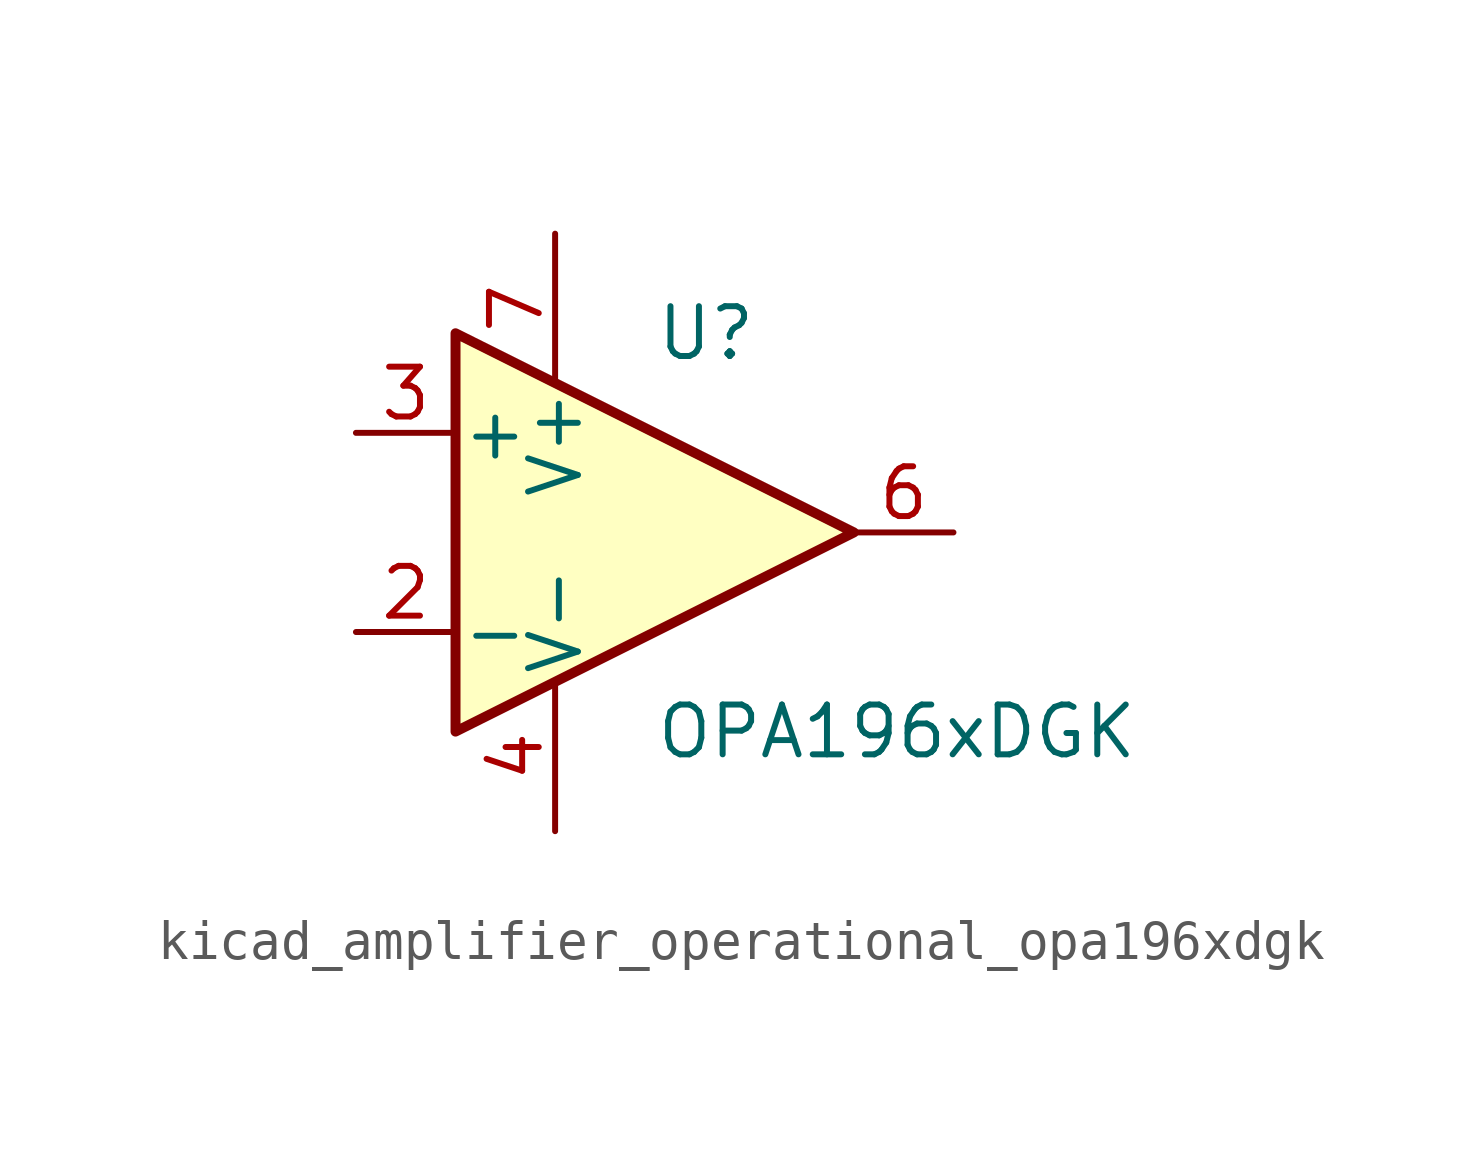
<source format=kicad_sym>
(kicad_symbol_lib
  (version 20220914)
  (generator kicad_symbol_editor)
  (symbol "kicad_amplifier_operational_opa196xdgk"
    (pin_names
      (offset 0.127))
    (property "Reference" "U"
      (at 0 5.08 0)
      (effects (font (size 1.27 1.27)) (justify left)))
    (property "Value" "OPA196xDGK"
      (at 0 -5.08 0)
      (effects (font (size 1.27 1.27)) (justify left)))
    (symbol "kicad_amplifier_operational_opa196xdgk_0_1"
      (polyline (pts (xy -5.08 5.08) (xy 5.08 0) (xy -5.08 -5.08) (xy -5.08 5.08)) (stroke (width 0.254) (type default)) (fill (type background)))
      (pin no_connect line (at 2.54 0 270) (length 2.54) hide (name "NC" (effects (font (size 1.27 1.27)))) (number "1" (effects (font (size 1.27 1.27)))))
      (pin power_in line (at -2.54 -7.62 90) (length 3.81) (name "V-" (effects (font (size 1.27 1.27)))) (number "4" (effects (font (size 1.27 1.27)))))
      (pin no_connect line (at 0 2.54 270) (length 2.54) hide (name "NC" (effects (font (size 1.27 1.27)))) (number "5" (effects (font (size 1.27 1.27)))))
      (pin power_in line (at -2.54 7.62 270) (length 3.81) (name "V+" (effects (font (size 1.27 1.27)))) (number "7" (effects (font (size 1.27 1.27)))))
      (pin no_connect line (at 0 -2.54 90) (length 2.54) hide (name "NC" (effects (font (size 1.27 1.27)))) (number "8" (effects (font (size 1.27 1.27))))))
    (symbol "kicad_amplifier_operational_opa196xdgk_1_1"
      (pin input line (at -7.62 -2.54 0) (length 2.54) (name "-" (effects (font (size 1.27 1.27)))) (number "2" (effects (font (size 1.27 1.27)))))
      (pin input line (at -7.62 2.54 0) (length 2.54) (name "+" (effects (font (size 1.27 1.27)))) (number "3" (effects (font (size 1.27 1.27)))))
      (pin output line (at 7.62 0 180) (length 2.54) (name "~" (effects (font (size 1.27 1.27)))) (number "6" (effects (font (size 1.27 1.27))))))))
</source>
